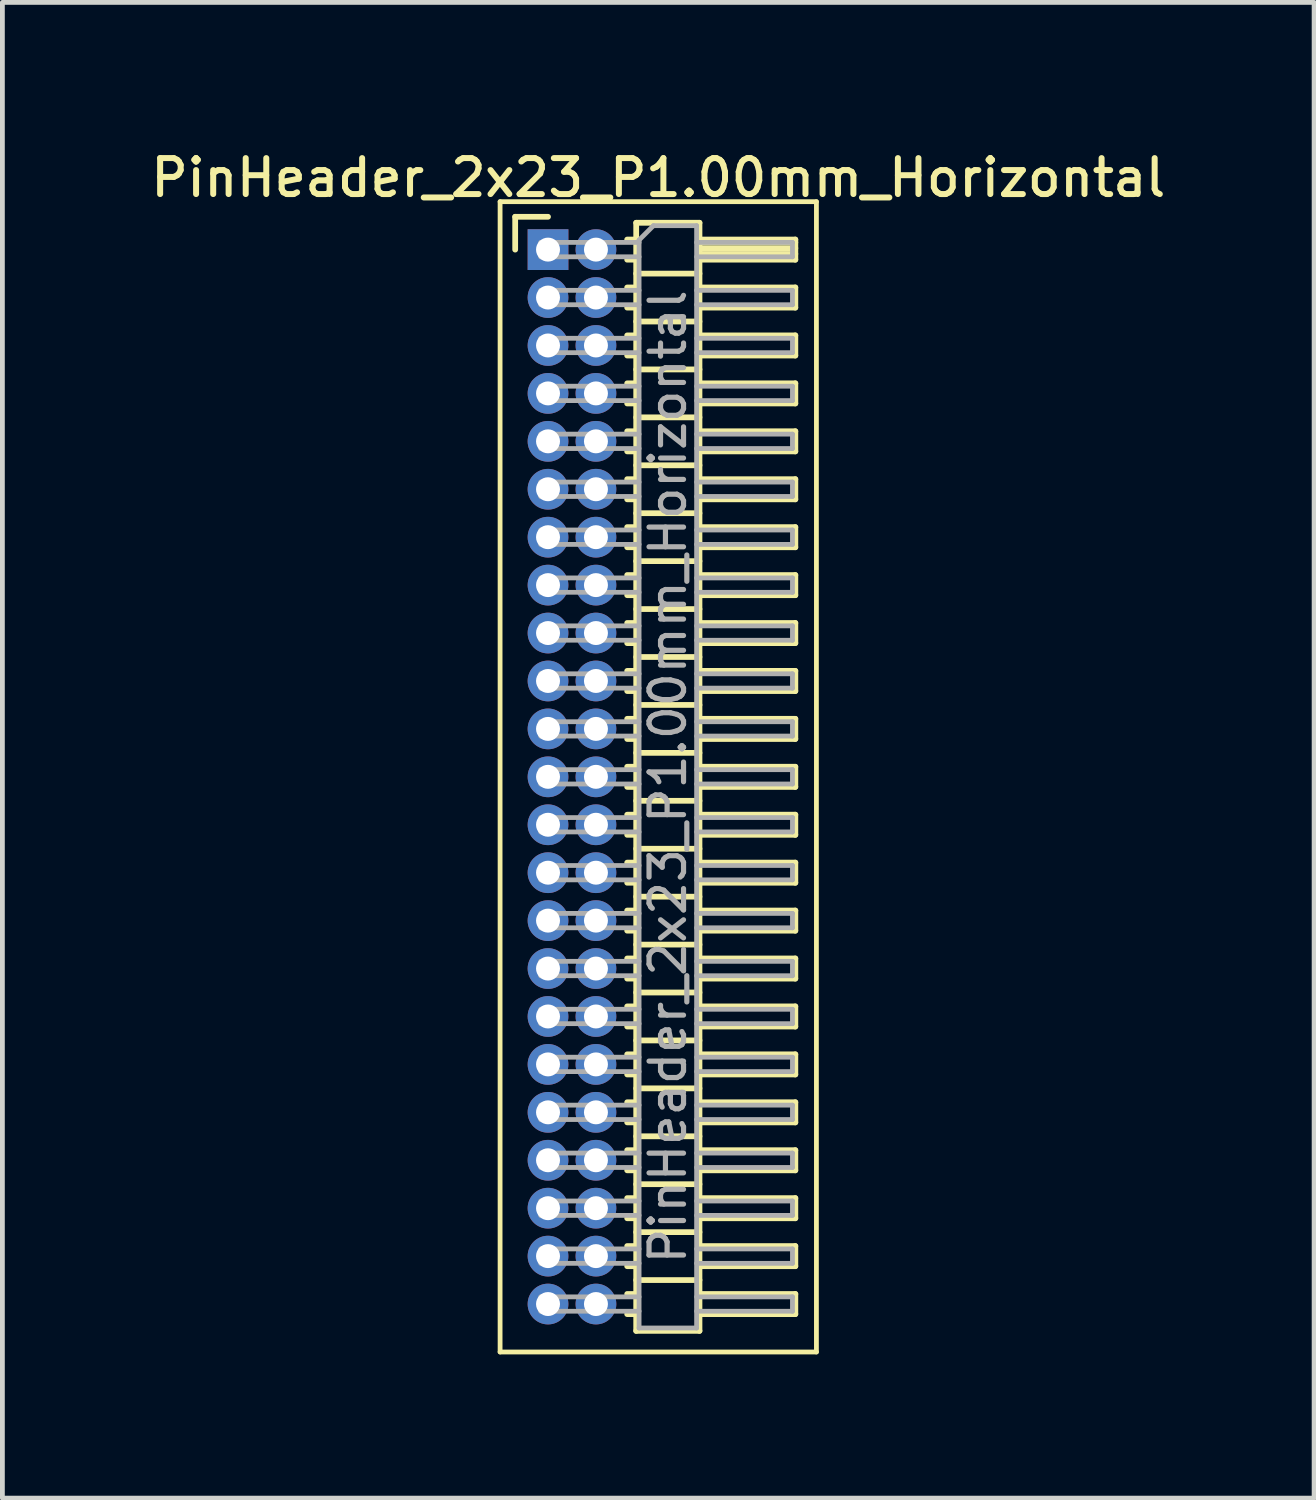
<source format=kicad_pcb>
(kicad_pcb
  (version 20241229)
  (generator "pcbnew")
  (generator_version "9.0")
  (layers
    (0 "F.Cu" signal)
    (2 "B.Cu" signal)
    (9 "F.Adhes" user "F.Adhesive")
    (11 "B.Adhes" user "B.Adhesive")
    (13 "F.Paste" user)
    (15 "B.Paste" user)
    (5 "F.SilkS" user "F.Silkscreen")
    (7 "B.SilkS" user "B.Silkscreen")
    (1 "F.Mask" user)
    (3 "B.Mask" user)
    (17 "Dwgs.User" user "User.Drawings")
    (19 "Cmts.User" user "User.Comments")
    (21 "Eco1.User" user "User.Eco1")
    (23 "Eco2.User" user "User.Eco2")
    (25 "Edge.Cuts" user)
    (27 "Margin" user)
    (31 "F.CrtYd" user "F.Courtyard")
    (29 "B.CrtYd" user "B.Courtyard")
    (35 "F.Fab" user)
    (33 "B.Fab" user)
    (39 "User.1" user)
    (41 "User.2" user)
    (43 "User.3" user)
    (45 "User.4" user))
  (footprint "PinHeader_2x23_P1.00mm_Horizontal"
    (layer "F.Cu")
    (at 8.384 2.158)
    (property "Reference" "PinHeader_2x23_P1.00mm_Horizontal" (at 2.3 -1.5 0) (layer "F.SilkS") (effects (font (size 0.75 0.75) (thickness 0.125))))
    (attr through_hole)
    (fp_line (start -1 -1) (end -1 23) (stroke (width 0.1) (type solid)) (layer "F.SilkS"))
    (fp_line (start -1 23) (end 5.6 23) (stroke (width 0.1) (type solid)) (layer "F.SilkS"))
    (fp_line (start -0.685 -0.685) (end 0 -0.685) (stroke (width 0.12) (type solid)) (layer "F.SilkS"))
    (fp_line (start -0.685 0) (end -0.685 -0.685) (stroke (width 0.12) (type solid)) (layer "F.SilkS"))
    (fp_line (start 1.652 -0.21) (end 1.84 -0.21) (stroke (width 0.12) (type solid)) (layer "F.SilkS"))
    (fp_line (start 1.652 0.21) (end 1.84 0.21) (stroke (width 0.12) (type solid)) (layer "F.SilkS"))
    (fp_line (start 1.652 0.79) (end 1.84 0.79) (stroke (width 0.12) (type solid)) (layer "F.SilkS"))
    (fp_line (start 1.652 1.21) (end 1.84 1.21) (stroke (width 0.12) (type solid)) (layer "F.SilkS"))
    (fp_line (start 1.652 1.79) (end 1.84 1.79) (stroke (width 0.12) (type solid)) (layer "F.SilkS"))
    (fp_line (start 1.652 2.21) (end 1.84 2.21) (stroke (width 0.12) (type solid)) (layer "F.SilkS"))
    (fp_line (start 1.652 2.79) (end 1.84 2.79) (stroke (width 0.12) (type solid)) (layer "F.SilkS"))
    (fp_line (start 1.652 3.21) (end 1.84 3.21) (stroke (width 0.12) (type solid)) (layer "F.SilkS"))
    (fp_line (start 1.652 3.79) (end 1.84 3.79) (stroke (width 0.12) (type solid)) (layer "F.SilkS"))
    (fp_line (start 1.652 4.21) (end 1.84 4.21) (stroke (width 0.12) (type solid)) (layer "F.SilkS"))
    (fp_line (start 1.652 4.79) (end 1.84 4.79) (stroke (width 0.12) (type solid)) (layer "F.SilkS"))
    (fp_line (start 1.652 5.21) (end 1.84 5.21) (stroke (width 0.12) (type solid)) (layer "F.SilkS"))
    (fp_line (start 1.652 5.79) (end 1.84 5.79) (stroke (width 0.12) (type solid)) (layer "F.SilkS"))
    (fp_line (start 1.652 6.21) (end 1.84 6.21) (stroke (width 0.12) (type solid)) (layer "F.SilkS"))
    (fp_line (start 1.652 6.79) (end 1.84 6.79) (stroke (width 0.12) (type solid)) (layer "F.SilkS"))
    (fp_line (start 1.652 7.21) (end 1.84 7.21) (stroke (width 0.12) (type solid)) (layer "F.SilkS"))
    (fp_line (start 1.652 7.79) (end 1.84 7.79) (stroke (width 0.12) (type solid)) (layer "F.SilkS"))
    (fp_line (start 1.652 8.21) (end 1.84 8.21) (stroke (width 0.12) (type solid)) (layer "F.SilkS"))
    (fp_line (start 1.652 8.79) (end 1.84 8.79) (stroke (width 0.12) (type solid)) (layer "F.SilkS"))
    (fp_line (start 1.652 9.21) (end 1.84 9.21) (stroke (width 0.12) (type solid)) (layer "F.SilkS"))
    (fp_line (start 1.652 9.79) (end 1.84 9.79) (stroke (width 0.12) (type solid)) (layer "F.SilkS"))
    (fp_line (start 1.652 10.21) (end 1.84 10.21) (stroke (width 0.12) (type solid)) (layer "F.SilkS"))
    (fp_line (start 1.652 10.79) (end 1.84 10.79) (stroke (width 0.12) (type solid)) (layer "F.SilkS"))
    (fp_line (start 1.652 11.21) (end 1.84 11.21) (stroke (width 0.12) (type solid)) (layer "F.SilkS"))
    (fp_line (start 1.652 11.79) (end 1.84 11.79) (stroke (width 0.12) (type solid)) (layer "F.SilkS"))
    (fp_line (start 1.652 12.21) (end 1.84 12.21) (stroke (width 0.12) (type solid)) (layer "F.SilkS"))
    (fp_line (start 1.652 12.79) (end 1.84 12.79) (stroke (width 0.12) (type solid)) (layer "F.SilkS"))
    (fp_line (start 1.652 13.21) (end 1.84 13.21) (stroke (width 0.12) (type solid)) (layer "F.SilkS"))
    (fp_line (start 1.652 13.79) (end 1.84 13.79) (stroke (width 0.12) (type solid)) (layer "F.SilkS"))
    (fp_line (start 1.652 14.21) (end 1.84 14.21) (stroke (width 0.12) (type solid)) (layer "F.SilkS"))
    (fp_line (start 1.652 14.79) (end 1.84 14.79) (stroke (width 0.12) (type solid)) (layer "F.SilkS"))
    (fp_line (start 1.652 15.21) (end 1.84 15.21) (stroke (width 0.12) (type solid)) (layer "F.SilkS"))
    (fp_line (start 1.652 15.79) (end 1.84 15.79) (stroke (width 0.12) (type solid)) (layer "F.SilkS"))
    (fp_line (start 1.652 16.21) (end 1.84 16.21) (stroke (width 0.12) (type solid)) (layer "F.SilkS"))
    (fp_line (start 1.652 16.79) (end 1.84 16.79) (stroke (width 0.12) (type solid)) (layer "F.SilkS"))
    (fp_line (start 1.652 17.21) (end 1.84 17.21) (stroke (width 0.12) (type solid)) (layer "F.SilkS"))
    (fp_line (start 1.652 17.79) (end 1.84 17.79) (stroke (width 0.12) (type solid)) (layer "F.SilkS"))
    (fp_line (start 1.652 18.21) (end 1.84 18.21) (stroke (width 0.12) (type solid)) (layer "F.SilkS"))
    (fp_line (start 1.652 18.79) (end 1.84 18.79) (stroke (width 0.12) (type solid)) (layer "F.SilkS"))
    (fp_line (start 1.652 19.21) (end 1.84 19.21) (stroke (width 0.12) (type solid)) (layer "F.SilkS"))
    (fp_line (start 1.652 19.79) (end 1.84 19.79) (stroke (width 0.12) (type solid)) (layer "F.SilkS"))
    (fp_line (start 1.652 20.21) (end 1.84 20.21) (stroke (width 0.12) (type solid)) (layer "F.SilkS"))
    (fp_line (start 1.652 20.79) (end 1.84 20.79) (stroke (width 0.12) (type solid)) (layer "F.SilkS"))
    (fp_line (start 1.652 21.21) (end 1.84 21.21) (stroke (width 0.12) (type solid)) (layer "F.SilkS"))
    (fp_line (start 1.652 21.79) (end 1.84 21.79) (stroke (width 0.12) (type solid)) (layer "F.SilkS"))
    (fp_line (start 1.652 22.21) (end 1.84 22.21) (stroke (width 0.12) (type solid)) (layer "F.SilkS"))
    (fp_line (start 1.84 -0.56) (end 1.84 22.56) (stroke (width 0.12) (type solid)) (layer "F.SilkS"))
    (fp_line (start 1.84 0.5) (end 3.16 0.5) (stroke (width 0.12) (type solid)) (layer "F.SilkS"))
    (fp_line (start 1.84 1.5) (end 3.16 1.5) (stroke (width 0.12) (type solid)) (layer "F.SilkS"))
    (fp_line (start 1.84 2.5) (end 3.16 2.5) (stroke (width 0.12) (type solid)) (layer "F.SilkS"))
    (fp_line (start 1.84 3.5) (end 3.16 3.5) (stroke (width 0.12) (type solid)) (layer "F.SilkS"))
    (fp_line (start 1.84 4.5) (end 3.16 4.5) (stroke (width 0.12) (type solid)) (layer "F.SilkS"))
    (fp_line (start 1.84 5.5) (end 3.16 5.5) (stroke (width 0.12) (type solid)) (layer "F.SilkS"))
    (fp_line (start 1.84 6.5) (end 3.16 6.5) (stroke (width 0.12) (type solid)) (layer "F.SilkS"))
    (fp_line (start 1.84 7.5) (end 3.16 7.5) (stroke (width 0.12) (type solid)) (layer "F.SilkS"))
    (fp_line (start 1.84 8.5) (end 3.16 8.5) (stroke (width 0.12) (type solid)) (layer "F.SilkS"))
    (fp_line (start 1.84 9.5) (end 3.16 9.5) (stroke (width 0.12) (type solid)) (layer "F.SilkS"))
    (fp_line (start 1.84 10.5) (end 3.16 10.5) (stroke (width 0.12) (type solid)) (layer "F.SilkS"))
    (fp_line (start 1.84 11.5) (end 3.16 11.5) (stroke (width 0.12) (type solid)) (layer "F.SilkS"))
    (fp_line (start 1.84 12.5) (end 3.16 12.5) (stroke (width 0.12) (type solid)) (layer "F.SilkS"))
    (fp_line (start 1.84 13.5) (end 3.16 13.5) (stroke (width 0.12) (type solid)) (layer "F.SilkS"))
    (fp_line (start 1.84 14.5) (end 3.16 14.5) (stroke (width 0.12) (type solid)) (layer "F.SilkS"))
    (fp_line (start 1.84 15.5) (end 3.16 15.5) (stroke (width 0.12) (type solid)) (layer "F.SilkS"))
    (fp_line (start 1.84 16.5) (end 3.16 16.5) (stroke (width 0.12) (type solid)) (layer "F.SilkS"))
    (fp_line (start 1.84 17.5) (end 3.16 17.5) (stroke (width 0.12) (type solid)) (layer "F.SilkS"))
    (fp_line (start 1.84 18.5) (end 3.16 18.5) (stroke (width 0.12) (type solid)) (layer "F.SilkS"))
    (fp_line (start 1.84 19.5) (end 3.16 19.5) (stroke (width 0.12) (type solid)) (layer "F.SilkS"))
    (fp_line (start 1.84 20.5) (end 3.16 20.5) (stroke (width 0.12) (type solid)) (layer "F.SilkS"))
    (fp_line (start 1.84 21.5) (end 3.16 21.5) (stroke (width 0.12) (type solid)) (layer "F.SilkS"))
    (fp_line (start 1.84 22.56) (end 3.16 22.56) (stroke (width 0.12) (type solid)) (layer "F.SilkS"))
    (fp_line (start 3.16 -0.56) (end 1.84 -0.56) (stroke (width 0.12) (type solid)) (layer "F.SilkS"))
    (fp_line (start 3.16 -0.21) (end 5.16 -0.21) (stroke (width 0.12) (type solid)) (layer "F.SilkS"))
    (fp_line (start 3.16 -0.15) (end 5.16 -0.15) (stroke (width 0.12) (type solid)) (layer "F.SilkS"))
    (fp_line (start 3.16 -0.03) (end 5.16 -0.03) (stroke (width 0.12) (type solid)) (layer "F.SilkS"))
    (fp_line (start 3.16 0.09) (end 5.16 0.09) (stroke (width 0.12) (type solid)) (layer "F.SilkS"))
    (fp_line (start 3.16 0.79) (end 5.16 0.79) (stroke (width 0.12) (type solid)) (layer "F.SilkS"))
    (fp_line (start 3.16 1.79) (end 5.16 1.79) (stroke (width 0.12) (type solid)) (layer "F.SilkS"))
    (fp_line (start 3.16 2.79) (end 5.16 2.79) (stroke (width 0.12) (type solid)) (layer "F.SilkS"))
    (fp_line (start 3.16 3.79) (end 5.16 3.79) (stroke (width 0.12) (type solid)) (layer "F.SilkS"))
    (fp_line (start 3.16 4.79) (end 5.16 4.79) (stroke (width 0.12) (type solid)) (layer "F.SilkS"))
    (fp_line (start 3.16 5.79) (end 5.16 5.79) (stroke (width 0.12) (type solid)) (layer "F.SilkS"))
    (fp_line (start 3.16 6.79) (end 5.16 6.79) (stroke (width 0.12) (type solid)) (layer "F.SilkS"))
    (fp_line (start 3.16 7.79) (end 5.16 7.79) (stroke (width 0.12) (type solid)) (layer "F.SilkS"))
    (fp_line (start 3.16 8.79) (end 5.16 8.79) (stroke (width 0.12) (type solid)) (layer "F.SilkS"))
    (fp_line (start 3.16 9.79) (end 5.16 9.79) (stroke (width 0.12) (type solid)) (layer "F.SilkS"))
    (fp_line (start 3.16 10.79) (end 5.16 10.79) (stroke (width 0.12) (type solid)) (layer "F.SilkS"))
    (fp_line (start 3.16 11.79) (end 5.16 11.79) (stroke (width 0.12) (type solid)) (layer "F.SilkS"))
    (fp_line (start 3.16 12.79) (end 5.16 12.79) (stroke (width 0.12) (type solid)) (layer "F.SilkS"))
    (fp_line (start 3.16 13.79) (end 5.16 13.79) (stroke (width 0.12) (type solid)) (layer "F.SilkS"))
    (fp_line (start 3.16 14.79) (end 5.16 14.79) (stroke (width 0.12) (type solid)) (layer "F.SilkS"))
    (fp_line (start 3.16 15.79) (end 5.16 15.79) (stroke (width 0.12) (type solid)) (layer "F.SilkS"))
    (fp_line (start 3.16 16.79) (end 5.16 16.79) (stroke (width 0.12) (type solid)) (layer "F.SilkS"))
    (fp_line (start 3.16 17.79) (end 5.16 17.79) (stroke (width 0.12) (type solid)) (layer "F.SilkS"))
    (fp_line (start 3.16 18.79) (end 5.16 18.79) (stroke (width 0.12) (type solid)) (layer "F.SilkS"))
    (fp_line (start 3.16 19.79) (end 5.16 19.79) (stroke (width 0.12) (type solid)) (layer "F.SilkS"))
    (fp_line (start 3.16 20.79) (end 5.16 20.79) (stroke (width 0.12) (type solid)) (layer "F.SilkS"))
    (fp_line (start 3.16 21.79) (end 5.16 21.79) (stroke (width 0.12) (type solid)) (layer "F.SilkS"))
    (fp_line (start 3.16 22.56) (end 3.16 -0.56) (stroke (width 0.12) (type solid)) (layer "F.SilkS"))
    (fp_line (start 5.16 -0.21) (end 5.16 0.21) (stroke (width 0.12) (type solid)) (layer "F.SilkS"))
    (fp_line (start 5.16 0.21) (end 3.16 0.21) (stroke (width 0.12) (type solid)) (layer "F.SilkS"))
    (fp_line (start 5.16 0.79) (end 5.16 1.21) (stroke (width 0.12) (type solid)) (layer "F.SilkS"))
    (fp_line (start 5.16 1.21) (end 3.16 1.21) (stroke (width 0.12) (type solid)) (layer "F.SilkS"))
    (fp_line (start 5.16 1.79) (end 5.16 2.21) (stroke (width 0.12) (type solid)) (layer "F.SilkS"))
    (fp_line (start 5.16 2.21) (end 3.16 2.21) (stroke (width 0.12) (type solid)) (layer "F.SilkS"))
    (fp_line (start 5.16 2.79) (end 5.16 3.21) (stroke (width 0.12) (type solid)) (layer "F.SilkS"))
    (fp_line (start 5.16 3.21) (end 3.16 3.21) (stroke (width 0.12) (type solid)) (layer "F.SilkS"))
    (fp_line (start 5.16 3.79) (end 5.16 4.21) (stroke (width 0.12) (type solid)) (layer "F.SilkS"))
    (fp_line (start 5.16 4.21) (end 3.16 4.21) (stroke (width 0.12) (type solid)) (layer "F.SilkS"))
    (fp_line (start 5.16 4.79) (end 5.16 5.21) (stroke (width 0.12) (type solid)) (layer "F.SilkS"))
    (fp_line (start 5.16 5.21) (end 3.16 5.21) (stroke (width 0.12) (type solid)) (layer "F.SilkS"))
    (fp_line (start 5.16 5.79) (end 5.16 6.21) (stroke (width 0.12) (type solid)) (layer "F.SilkS"))
    (fp_line (start 5.16 6.21) (end 3.16 6.21) (stroke (width 0.12) (type solid)) (layer "F.SilkS"))
    (fp_line (start 5.16 6.79) (end 5.16 7.21) (stroke (width 0.12) (type solid)) (layer "F.SilkS"))
    (fp_line (start 5.16 7.21) (end 3.16 7.21) (stroke (width 0.12) (type solid)) (layer "F.SilkS"))
    (fp_line (start 5.16 7.79) (end 5.16 8.21) (stroke (width 0.12) (type solid)) (layer "F.SilkS"))
    (fp_line (start 5.16 8.21) (end 3.16 8.21) (stroke (width 0.12) (type solid)) (layer "F.SilkS"))
    (fp_line (start 5.16 8.79) (end 5.16 9.21) (stroke (width 0.12) (type solid)) (layer "F.SilkS"))
    (fp_line (start 5.16 9.21) (end 3.16 9.21) (stroke (width 0.12) (type solid)) (layer "F.SilkS"))
    (fp_line (start 5.16 9.79) (end 5.16 10.21) (stroke (width 0.12) (type solid)) (layer "F.SilkS"))
    (fp_line (start 5.16 10.21) (end 3.16 10.21) (stroke (width 0.12) (type solid)) (layer "F.SilkS"))
    (fp_line (start 5.16 10.79) (end 5.16 11.21) (stroke (width 0.12) (type solid)) (layer "F.SilkS"))
    (fp_line (start 5.16 11.21) (end 3.16 11.21) (stroke (width 0.12) (type solid)) (layer "F.SilkS"))
    (fp_line (start 5.16 11.79) (end 5.16 12.21) (stroke (width 0.12) (type solid)) (layer "F.SilkS"))
    (fp_line (start 5.16 12.21) (end 3.16 12.21) (stroke (width 0.12) (type solid)) (layer "F.SilkS"))
    (fp_line (start 5.16 12.79) (end 5.16 13.21) (stroke (width 0.12) (type solid)) (layer "F.SilkS"))
    (fp_line (start 5.16 13.21) (end 3.16 13.21) (stroke (width 0.12) (type solid)) (layer "F.SilkS"))
    (fp_line (start 5.16 13.79) (end 5.16 14.21) (stroke (width 0.12) (type solid)) (layer "F.SilkS"))
    (fp_line (start 5.16 14.21) (end 3.16 14.21) (stroke (width 0.12) (type solid)) (layer "F.SilkS"))
    (fp_line (start 5.16 14.79) (end 5.16 15.21) (stroke (width 0.12) (type solid)) (layer "F.SilkS"))
    (fp_line (start 5.16 15.21) (end 3.16 15.21) (stroke (width 0.12) (type solid)) (layer "F.SilkS"))
    (fp_line (start 5.16 15.79) (end 5.16 16.21) (stroke (width 0.12) (type solid)) (layer "F.SilkS"))
    (fp_line (start 5.16 16.21) (end 3.16 16.21) (stroke (width 0.12) (type solid)) (layer "F.SilkS"))
    (fp_line (start 5.16 16.79) (end 5.16 17.21) (stroke (width 0.12) (type solid)) (layer "F.SilkS"))
    (fp_line (start 5.16 17.21) (end 3.16 17.21) (stroke (width 0.12) (type solid)) (layer "F.SilkS"))
    (fp_line (start 5.16 17.79) (end 5.16 18.21) (stroke (width 0.12) (type solid)) (layer "F.SilkS"))
    (fp_line (start 5.16 18.21) (end 3.16 18.21) (stroke (width 0.12) (type solid)) (layer "F.SilkS"))
    (fp_line (start 5.16 18.79) (end 5.16 19.21) (stroke (width 0.12) (type solid)) (layer "F.SilkS"))
    (fp_line (start 5.16 19.21) (end 3.16 19.21) (stroke (width 0.12) (type solid)) (layer "F.SilkS"))
    (fp_line (start 5.16 19.79) (end 5.16 20.21) (stroke (width 0.12) (type solid)) (layer "F.SilkS"))
    (fp_line (start 5.16 20.21) (end 3.16 20.21) (stroke (width 0.12) (type solid)) (layer "F.SilkS"))
    (fp_line (start 5.16 20.79) (end 5.16 21.21) (stroke (width 0.12) (type solid)) (layer "F.SilkS"))
    (fp_line (start 5.16 21.21) (end 3.16 21.21) (stroke (width 0.12) (type solid)) (layer "F.SilkS"))
    (fp_line (start 5.16 21.79) (end 5.16 22.21) (stroke (width 0.12) (type solid)) (layer "F.SilkS"))
    (fp_line (start 5.16 22.21) (end 3.16 22.21) (stroke (width 0.12) (type solid)) (layer "F.SilkS"))
    (fp_line (start 5.6 -1) (end -1 -1) (stroke (width 0.1) (type solid)) (layer "F.SilkS"))
    (fp_line (start 5.6 23) (end 5.6 -1) (stroke (width 0.1) (type solid)) (layer "F.SilkS"))
    (fp_line (start -0.15 -0.15) (end -0.15 0.15) (stroke (width 0.1) (type solid)) (layer "F.Fab"))
    (fp_line (start -0.15 -0.15) (end 1.9 -0.15) (stroke (width 0.1) (type solid)) (layer "F.Fab"))
    (fp_line (start -0.15 0.15) (end 1.9 0.15) (stroke (width 0.1) (type solid)) (layer "F.Fab"))
    (fp_line (start -0.15 0.85) (end -0.15 1.15) (stroke (width 0.1) (type solid)) (layer "F.Fab"))
    (fp_line (start -0.15 0.85) (end 1.9 0.85) (stroke (width 0.1) (type solid)) (layer "F.Fab"))
    (fp_line (start -0.15 1.15) (end 1.9 1.15) (stroke (width 0.1) (type solid)) (layer "F.Fab"))
    (fp_line (start -0.15 1.85) (end -0.15 2.15) (stroke (width 0.1) (type solid)) (layer "F.Fab"))
    (fp_line (start -0.15 1.85) (end 1.9 1.85) (stroke (width 0.1) (type solid)) (layer "F.Fab"))
    (fp_line (start -0.15 2.15) (end 1.9 2.15) (stroke (width 0.1) (type solid)) (layer "F.Fab"))
    (fp_line (start -0.15 2.85) (end -0.15 3.15) (stroke (width 0.1) (type solid)) (layer "F.Fab"))
    (fp_line (start -0.15 2.85) (end 1.9 2.85) (stroke (width 0.1) (type solid)) (layer "F.Fab"))
    (fp_line (start -0.15 3.15) (end 1.9 3.15) (stroke (width 0.1) (type solid)) (layer "F.Fab"))
    (fp_line (start -0.15 3.85) (end -0.15 4.15) (stroke (width 0.1) (type solid)) (layer "F.Fab"))
    (fp_line (start -0.15 3.85) (end 1.9 3.85) (stroke (width 0.1) (type solid)) (layer "F.Fab"))
    (fp_line (start -0.15 4.15) (end 1.9 4.15) (stroke (width 0.1) (type solid)) (layer "F.Fab"))
    (fp_line (start -0.15 4.85) (end -0.15 5.15) (stroke (width 0.1) (type solid)) (layer "F.Fab"))
    (fp_line (start -0.15 4.85) (end 1.9 4.85) (stroke (width 0.1) (type solid)) (layer "F.Fab"))
    (fp_line (start -0.15 5.15) (end 1.9 5.15) (stroke (width 0.1) (type solid)) (layer "F.Fab"))
    (fp_line (start -0.15 5.85) (end -0.15 6.15) (stroke (width 0.1) (type solid)) (layer "F.Fab"))
    (fp_line (start -0.15 5.85) (end 1.9 5.85) (stroke (width 0.1) (type solid)) (layer "F.Fab"))
    (fp_line (start -0.15 6.15) (end 1.9 6.15) (stroke (width 0.1) (type solid)) (layer "F.Fab"))
    (fp_line (start -0.15 6.85) (end -0.15 7.15) (stroke (width 0.1) (type solid)) (layer "F.Fab"))
    (fp_line (start -0.15 6.85) (end 1.9 6.85) (stroke (width 0.1) (type solid)) (layer "F.Fab"))
    (fp_line (start -0.15 7.15) (end 1.9 7.15) (stroke (width 0.1) (type solid)) (layer "F.Fab"))
    (fp_line (start -0.15 7.85) (end -0.15 8.15) (stroke (width 0.1) (type solid)) (layer "F.Fab"))
    (fp_line (start -0.15 7.85) (end 1.9 7.85) (stroke (width 0.1) (type solid)) (layer "F.Fab"))
    (fp_line (start -0.15 8.15) (end 1.9 8.15) (stroke (width 0.1) (type solid)) (layer "F.Fab"))
    (fp_line (start -0.15 8.85) (end -0.15 9.15) (stroke (width 0.1) (type solid)) (layer "F.Fab"))
    (fp_line (start -0.15 8.85) (end 1.9 8.85) (stroke (width 0.1) (type solid)) (layer "F.Fab"))
    (fp_line (start -0.15 9.15) (end 1.9 9.15) (stroke (width 0.1) (type solid)) (layer "F.Fab"))
    (fp_line (start -0.15 9.85) (end -0.15 10.15) (stroke (width 0.1) (type solid)) (layer "F.Fab"))
    (fp_line (start -0.15 9.85) (end 1.9 9.85) (stroke (width 0.1) (type solid)) (layer "F.Fab"))
    (fp_line (start -0.15 10.15) (end 1.9 10.15) (stroke (width 0.1) (type solid)) (layer "F.Fab"))
    (fp_line (start -0.15 10.85) (end -0.15 11.15) (stroke (width 0.1) (type solid)) (layer "F.Fab"))
    (fp_line (start -0.15 10.85) (end 1.9 10.85) (stroke (width 0.1) (type solid)) (layer "F.Fab"))
    (fp_line (start -0.15 11.15) (end 1.9 11.15) (stroke (width 0.1) (type solid)) (layer "F.Fab"))
    (fp_line (start -0.15 11.85) (end -0.15 12.15) (stroke (width 0.1) (type solid)) (layer "F.Fab"))
    (fp_line (start -0.15 11.85) (end 1.9 11.85) (stroke (width 0.1) (type solid)) (layer "F.Fab"))
    (fp_line (start -0.15 12.15) (end 1.9 12.15) (stroke (width 0.1) (type solid)) (layer "F.Fab"))
    (fp_line (start -0.15 12.85) (end -0.15 13.15) (stroke (width 0.1) (type solid)) (layer "F.Fab"))
    (fp_line (start -0.15 12.85) (end 1.9 12.85) (stroke (width 0.1) (type solid)) (layer "F.Fab"))
    (fp_line (start -0.15 13.15) (end 1.9 13.15) (stroke (width 0.1) (type solid)) (layer "F.Fab"))
    (fp_line (start -0.15 13.85) (end -0.15 14.15) (stroke (width 0.1) (type solid)) (layer "F.Fab"))
    (fp_line (start -0.15 13.85) (end 1.9 13.85) (stroke (width 0.1) (type solid)) (layer "F.Fab"))
    (fp_line (start -0.15 14.15) (end 1.9 14.15) (stroke (width 0.1) (type solid)) (layer "F.Fab"))
    (fp_line (start -0.15 14.85) (end -0.15 15.15) (stroke (width 0.1) (type solid)) (layer "F.Fab"))
    (fp_line (start -0.15 14.85) (end 1.9 14.85) (stroke (width 0.1) (type solid)) (layer "F.Fab"))
    (fp_line (start -0.15 15.15) (end 1.9 15.15) (stroke (width 0.1) (type solid)) (layer "F.Fab"))
    (fp_line (start -0.15 15.85) (end -0.15 16.15) (stroke (width 0.1) (type solid)) (layer "F.Fab"))
    (fp_line (start -0.15 15.85) (end 1.9 15.85) (stroke (width 0.1) (type solid)) (layer "F.Fab"))
    (fp_line (start -0.15 16.15) (end 1.9 16.15) (stroke (width 0.1) (type solid)) (layer "F.Fab"))
    (fp_line (start -0.15 16.85) (end -0.15 17.15) (stroke (width 0.1) (type solid)) (layer "F.Fab"))
    (fp_line (start -0.15 16.85) (end 1.9 16.85) (stroke (width 0.1) (type solid)) (layer "F.Fab"))
    (fp_line (start -0.15 17.15) (end 1.9 17.15) (stroke (width 0.1) (type solid)) (layer "F.Fab"))
    (fp_line (start -0.15 17.85) (end -0.15 18.15) (stroke (width 0.1) (type solid)) (layer "F.Fab"))
    (fp_line (start -0.15 17.85) (end 1.9 17.85) (stroke (width 0.1) (type solid)) (layer "F.Fab"))
    (fp_line (start -0.15 18.15) (end 1.9 18.15) (stroke (width 0.1) (type solid)) (layer "F.Fab"))
    (fp_line (start -0.15 18.85) (end -0.15 19.15) (stroke (width 0.1) (type solid)) (layer "F.Fab"))
    (fp_line (start -0.15 18.85) (end 1.9 18.85) (stroke (width 0.1) (type solid)) (layer "F.Fab"))
    (fp_line (start -0.15 19.15) (end 1.9 19.15) (stroke (width 0.1) (type solid)) (layer "F.Fab"))
    (fp_line (start -0.15 19.85) (end -0.15 20.15) (stroke (width 0.1) (type solid)) (layer "F.Fab"))
    (fp_line (start -0.15 19.85) (end 1.9 19.85) (stroke (width 0.1) (type solid)) (layer "F.Fab"))
    (fp_line (start -0.15 20.15) (end 1.9 20.15) (stroke (width 0.1) (type solid)) (layer "F.Fab"))
    (fp_line (start -0.15 20.85) (end -0.15 21.15) (stroke (width 0.1) (type solid)) (layer "F.Fab"))
    (fp_line (start -0.15 20.85) (end 1.9 20.85) (stroke (width 0.1) (type solid)) (layer "F.Fab"))
    (fp_line (start -0.15 21.15) (end 1.9 21.15) (stroke (width 0.1) (type solid)) (layer "F.Fab"))
    (fp_line (start -0.15 21.85) (end -0.15 22.15) (stroke (width 0.1) (type solid)) (layer "F.Fab"))
    (fp_line (start -0.15 21.85) (end 1.9 21.85) (stroke (width 0.1) (type solid)) (layer "F.Fab"))
    (fp_line (start -0.15 22.15) (end 1.9 22.15) (stroke (width 0.1) (type solid)) (layer "F.Fab"))
    (fp_line (start 1.9 -0.2) (end 2.2 -0.5) (stroke (width 0.1) (type solid)) (layer "F.Fab"))
    (fp_line (start 1.9 22.5) (end 1.9 -0.2) (stroke (width 0.1) (type solid)) (layer "F.Fab"))
    (fp_line (start 2.2 -0.5) (end 3.1 -0.5) (stroke (width 0.1) (type solid)) (layer "F.Fab"))
    (fp_line (start 3.1 -0.5) (end 3.1 22.5) (stroke (width 0.1) (type solid)) (layer "F.Fab"))
    (fp_line (start 3.1 -0.15) (end 5.1 -0.15) (stroke (width 0.1) (type solid)) (layer "F.Fab"))
    (fp_line (start 3.1 0.15) (end 5.1 0.15) (stroke (width 0.1) (type solid)) (layer "F.Fab"))
    (fp_line (start 3.1 0.85) (end 5.1 0.85) (stroke (width 0.1) (type solid)) (layer "F.Fab"))
    (fp_line (start 3.1 1.15) (end 5.1 1.15) (stroke (width 0.1) (type solid)) (layer "F.Fab"))
    (fp_line (start 3.1 1.85) (end 5.1 1.85) (stroke (width 0.1) (type solid)) (layer "F.Fab"))
    (fp_line (start 3.1 2.15) (end 5.1 2.15) (stroke (width 0.1) (type solid)) (layer "F.Fab"))
    (fp_line (start 3.1 2.85) (end 5.1 2.85) (stroke (width 0.1) (type solid)) (layer "F.Fab"))
    (fp_line (start 3.1 3.15) (end 5.1 3.15) (stroke (width 0.1) (type solid)) (layer "F.Fab"))
    (fp_line (start 3.1 3.85) (end 5.1 3.85) (stroke (width 0.1) (type solid)) (layer "F.Fab"))
    (fp_line (start 3.1 4.15) (end 5.1 4.15) (stroke (width 0.1) (type solid)) (layer "F.Fab"))
    (fp_line (start 3.1 4.85) (end 5.1 4.85) (stroke (width 0.1) (type solid)) (layer "F.Fab"))
    (fp_line (start 3.1 5.15) (end 5.1 5.15) (stroke (width 0.1) (type solid)) (layer "F.Fab"))
    (fp_line (start 3.1 5.85) (end 5.1 5.85) (stroke (width 0.1) (type solid)) (layer "F.Fab"))
    (fp_line (start 3.1 6.15) (end 5.1 6.15) (stroke (width 0.1) (type solid)) (layer "F.Fab"))
    (fp_line (start 3.1 6.85) (end 5.1 6.85) (stroke (width 0.1) (type solid)) (layer "F.Fab"))
    (fp_line (start 3.1 7.15) (end 5.1 7.15) (stroke (width 0.1) (type solid)) (layer "F.Fab"))
    (fp_line (start 3.1 7.85) (end 5.1 7.85) (stroke (width 0.1) (type solid)) (layer "F.Fab"))
    (fp_line (start 3.1 8.15) (end 5.1 8.15) (stroke (width 0.1) (type solid)) (layer "F.Fab"))
    (fp_line (start 3.1 8.85) (end 5.1 8.85) (stroke (width 0.1) (type solid)) (layer "F.Fab"))
    (fp_line (start 3.1 9.15) (end 5.1 9.15) (stroke (width 0.1) (type solid)) (layer "F.Fab"))
    (fp_line (start 3.1 9.85) (end 5.1 9.85) (stroke (width 0.1) (type solid)) (layer "F.Fab"))
    (fp_line (start 3.1 10.15) (end 5.1 10.15) (stroke (width 0.1) (type solid)) (layer "F.Fab"))
    (fp_line (start 3.1 10.85) (end 5.1 10.85) (stroke (width 0.1) (type solid)) (layer "F.Fab"))
    (fp_line (start 3.1 11.15) (end 5.1 11.15) (stroke (width 0.1) (type solid)) (layer "F.Fab"))
    (fp_line (start 3.1 11.85) (end 5.1 11.85) (stroke (width 0.1) (type solid)) (layer "F.Fab"))
    (fp_line (start 3.1 12.15) (end 5.1 12.15) (stroke (width 0.1) (type solid)) (layer "F.Fab"))
    (fp_line (start 3.1 12.85) (end 5.1 12.85) (stroke (width 0.1) (type solid)) (layer "F.Fab"))
    (fp_line (start 3.1 13.15) (end 5.1 13.15) (stroke (width 0.1) (type solid)) (layer "F.Fab"))
    (fp_line (start 3.1 13.85) (end 5.1 13.85) (stroke (width 0.1) (type solid)) (layer "F.Fab"))
    (fp_line (start 3.1 14.15) (end 5.1 14.15) (stroke (width 0.1) (type solid)) (layer "F.Fab"))
    (fp_line (start 3.1 14.85) (end 5.1 14.85) (stroke (width 0.1) (type solid)) (layer "F.Fab"))
    (fp_line (start 3.1 15.15) (end 5.1 15.15) (stroke (width 0.1) (type solid)) (layer "F.Fab"))
    (fp_line (start 3.1 15.85) (end 5.1 15.85) (stroke (width 0.1) (type solid)) (layer "F.Fab"))
    (fp_line (start 3.1 16.15) (end 5.1 16.15) (stroke (width 0.1) (type solid)) (layer "F.Fab"))
    (fp_line (start 3.1 16.85) (end 5.1 16.85) (stroke (width 0.1) (type solid)) (layer "F.Fab"))
    (fp_line (start 3.1 17.15) (end 5.1 17.15) (stroke (width 0.1) (type solid)) (layer "F.Fab"))
    (fp_line (start 3.1 17.85) (end 5.1 17.85) (stroke (width 0.1) (type solid)) (layer "F.Fab"))
    (fp_line (start 3.1 18.15) (end 5.1 18.15) (stroke (width 0.1) (type solid)) (layer "F.Fab"))
    (fp_line (start 3.1 18.85) (end 5.1 18.85) (stroke (width 0.1) (type solid)) (layer "F.Fab"))
    (fp_line (start 3.1 19.15) (end 5.1 19.15) (stroke (width 0.1) (type solid)) (layer "F.Fab"))
    (fp_line (start 3.1 19.85) (end 5.1 19.85) (stroke (width 0.1) (type solid)) (layer "F.Fab"))
    (fp_line (start 3.1 20.15) (end 5.1 20.15) (stroke (width 0.1) (type solid)) (layer "F.Fab"))
    (fp_line (start 3.1 20.85) (end 5.1 20.85) (stroke (width 0.1) (type solid)) (layer "F.Fab"))
    (fp_line (start 3.1 21.15) (end 5.1 21.15) (stroke (width 0.1) (type solid)) (layer "F.Fab"))
    (fp_line (start 3.1 21.85) (end 5.1 21.85) (stroke (width 0.1) (type solid)) (layer "F.Fab"))
    (fp_line (start 3.1 22.15) (end 5.1 22.15) (stroke (width 0.1) (type solid)) (layer "F.Fab"))
    (fp_line (start 3.1 22.5) (end 1.9 22.5) (stroke (width 0.1) (type solid)) (layer "F.Fab"))
    (fp_line (start 5.1 -0.15) (end 5.1 0.15) (stroke (width 0.1) (type solid)) (layer "F.Fab"))
    (fp_line (start 5.1 0.85) (end 5.1 1.15) (stroke (width 0.1) (type solid)) (layer "F.Fab"))
    (fp_line (start 5.1 1.85) (end 5.1 2.15) (stroke (width 0.1) (type solid)) (layer "F.Fab"))
    (fp_line (start 5.1 2.85) (end 5.1 3.15) (stroke (width 0.1) (type solid)) (layer "F.Fab"))
    (fp_line (start 5.1 3.85) (end 5.1 4.15) (stroke (width 0.1) (type solid)) (layer "F.Fab"))
    (fp_line (start 5.1 4.85) (end 5.1 5.15) (stroke (width 0.1) (type solid)) (layer "F.Fab"))
    (fp_line (start 5.1 5.85) (end 5.1 6.15) (stroke (width 0.1) (type solid)) (layer "F.Fab"))
    (fp_line (start 5.1 6.85) (end 5.1 7.15) (stroke (width 0.1) (type solid)) (layer "F.Fab"))
    (fp_line (start 5.1 7.85) (end 5.1 8.15) (stroke (width 0.1) (type solid)) (layer "F.Fab"))
    (fp_line (start 5.1 8.85) (end 5.1 9.15) (stroke (width 0.1) (type solid)) (layer "F.Fab"))
    (fp_line (start 5.1 9.85) (end 5.1 10.15) (stroke (width 0.1) (type solid)) (layer "F.Fab"))
    (fp_line (start 5.1 10.85) (end 5.1 11.15) (stroke (width 0.1) (type solid)) (layer "F.Fab"))
    (fp_line (start 5.1 11.85) (end 5.1 12.15) (stroke (width 0.1) (type solid)) (layer "F.Fab"))
    (fp_line (start 5.1 12.85) (end 5.1 13.15) (stroke (width 0.1) (type solid)) (layer "F.Fab"))
    (fp_line (start 5.1 13.85) (end 5.1 14.15) (stroke (width 0.1) (type solid)) (layer "F.Fab"))
    (fp_line (start 5.1 14.85) (end 5.1 15.15) (stroke (width 0.1) (type solid)) (layer "F.Fab"))
    (fp_line (start 5.1 15.85) (end 5.1 16.15) (stroke (width 0.1) (type solid)) (layer "F.Fab"))
    (fp_line (start 5.1 16.85) (end 5.1 17.15) (stroke (width 0.1) (type solid)) (layer "F.Fab"))
    (fp_line (start 5.1 17.85) (end 5.1 18.15) (stroke (width 0.1) (type solid)) (layer "F.Fab"))
    (fp_line (start 5.1 18.85) (end 5.1 19.15) (stroke (width 0.1) (type solid)) (layer "F.Fab"))
    (fp_line (start 5.1 19.85) (end 5.1 20.15) (stroke (width 0.1) (type solid)) (layer "F.Fab"))
    (fp_line (start 5.1 20.85) (end 5.1 21.15) (stroke (width 0.1) (type solid)) (layer "F.Fab"))
    (fp_line (start 5.1 21.85) (end 5.1 22.15) (stroke (width 0.1) (type solid)) (layer "F.Fab"))
    (fp_text user "${REFERENCE}" (at 2.5 11 90) (layer "F.Fab") (effects (font (size 0.72 0.72) (thickness 0.108))))
    (pad "1" thru_hole rect (at 0 0) (size 0.85 0.85) (drill 0.5) (layers "*.Cu" "*.Mask"))
    (pad "2" thru_hole oval (at 1 0) (size 0.85 0.85) (drill 0.5) (layers "*.Cu" "*.Mask"))
    (pad "3" thru_hole oval (at 0 1) (size 0.85 0.85) (drill 0.5) (layers "*.Cu" "*.Mask"))
    (pad "4" thru_hole oval (at 1 1) (size 0.85 0.85) (drill 0.5) (layers "*.Cu" "*.Mask"))
    (pad "5" thru_hole oval (at 0 2) (size 0.85 0.85) (drill 0.5) (layers "*.Cu" "*.Mask"))
    (pad "6" thru_hole oval (at 1 2) (size 0.85 0.85) (drill 0.5) (layers "*.Cu" "*.Mask"))
    (pad "7" thru_hole oval (at 0 3) (size 0.85 0.85) (drill 0.5) (layers "*.Cu" "*.Mask"))
    (pad "8" thru_hole oval (at 1 3) (size 0.85 0.85) (drill 0.5) (layers "*.Cu" "*.Mask"))
    (pad "9" thru_hole oval (at 0 4) (size 0.85 0.85) (drill 0.5) (layers "*.Cu" "*.Mask"))
    (pad "10" thru_hole oval (at 1 4) (size 0.85 0.85) (drill 0.5) (layers "*.Cu" "*.Mask"))
    (pad "11" thru_hole oval (at 0 5) (size 0.85 0.85) (drill 0.5) (layers "*.Cu" "*.Mask"))
    (pad "12" thru_hole oval (at 1 5) (size 0.85 0.85) (drill 0.5) (layers "*.Cu" "*.Mask"))
    (pad "13" thru_hole oval (at 0 6) (size 0.85 0.85) (drill 0.5) (layers "*.Cu" "*.Mask"))
    (pad "14" thru_hole oval (at 1 6) (size 0.85 0.85) (drill 0.5) (layers "*.Cu" "*.Mask"))
    (pad "15" thru_hole oval (at 0 7) (size 0.85 0.85) (drill 0.5) (layers "*.Cu" "*.Mask"))
    (pad "16" thru_hole oval (at 1 7) (size 0.85 0.85) (drill 0.5) (layers "*.Cu" "*.Mask"))
    (pad "17" thru_hole oval (at 0 8) (size 0.85 0.85) (drill 0.5) (layers "*.Cu" "*.Mask"))
    (pad "18" thru_hole oval (at 1 8) (size 0.85 0.85) (drill 0.5) (layers "*.Cu" "*.Mask"))
    (pad "19" thru_hole oval (at 0 9) (size 0.85 0.85) (drill 0.5) (layers "*.Cu" "*.Mask"))
    (pad "20" thru_hole oval (at 1 9) (size 0.85 0.85) (drill 0.5) (layers "*.Cu" "*.Mask"))
    (pad "21" thru_hole oval (at 0 10) (size 0.85 0.85) (drill 0.5) (layers "*.Cu" "*.Mask"))
    (pad "22" thru_hole oval (at 1 10) (size 0.85 0.85) (drill 0.5) (layers "*.Cu" "*.Mask"))
    (pad "23" thru_hole oval (at 0 11) (size 0.85 0.85) (drill 0.5) (layers "*.Cu" "*.Mask"))
    (pad "24" thru_hole oval (at 1 11) (size 0.85 0.85) (drill 0.5) (layers "*.Cu" "*.Mask"))
    (pad "25" thru_hole oval (at 0 12) (size 0.85 0.85) (drill 0.5) (layers "*.Cu" "*.Mask"))
    (pad "26" thru_hole oval (at 1 12) (size 0.85 0.85) (drill 0.5) (layers "*.Cu" "*.Mask"))
    (pad "27" thru_hole oval (at 0 13) (size 0.85 0.85) (drill 0.5) (layers "*.Cu" "*.Mask"))
    (pad "28" thru_hole oval (at 1 13) (size 0.85 0.85) (drill 0.5) (layers "*.Cu" "*.Mask"))
    (pad "29" thru_hole oval (at 0 14) (size 0.85 0.85) (drill 0.5) (layers "*.Cu" "*.Mask"))
    (pad "30" thru_hole oval (at 1 14) (size 0.85 0.85) (drill 0.5) (layers "*.Cu" "*.Mask"))
    (pad "31" thru_hole oval (at 0 15) (size 0.85 0.85) (drill 0.5) (layers "*.Cu" "*.Mask"))
    (pad "32" thru_hole oval (at 1 15) (size 0.85 0.85) (drill 0.5) (layers "*.Cu" "*.Mask"))
    (pad "33" thru_hole oval (at 0 16) (size 0.85 0.85) (drill 0.5) (layers "*.Cu" "*.Mask"))
    (pad "34" thru_hole oval (at 1 16) (size 0.85 0.85) (drill 0.5) (layers "*.Cu" "*.Mask"))
    (pad "35" thru_hole oval (at 0 17) (size 0.85 0.85) (drill 0.5) (layers "*.Cu" "*.Mask"))
    (pad "36" thru_hole oval (at 1 17) (size 0.85 0.85) (drill 0.5) (layers "*.Cu" "*.Mask"))
    (pad "37" thru_hole oval (at 0 18) (size 0.85 0.85) (drill 0.5) (layers "*.Cu" "*.Mask"))
    (pad "38" thru_hole oval (at 1 18) (size 0.85 0.85) (drill 0.5) (layers "*.Cu" "*.Mask"))
    (pad "39" thru_hole oval (at 0 19) (size 0.85 0.85) (drill 0.5) (layers "*.Cu" "*.Mask"))
    (pad "40" thru_hole oval (at 1 19) (size 0.85 0.85) (drill 0.5) (layers "*.Cu" "*.Mask"))
    (pad "41" thru_hole oval (at 0 20) (size 0.85 0.85) (drill 0.5) (layers "*.Cu" "*.Mask"))
    (pad "42" thru_hole oval (at 1 20) (size 0.85 0.85) (drill 0.5) (layers "*.Cu" "*.Mask"))
    (pad "43" thru_hole oval (at 0 21) (size 0.85 0.85) (drill 0.5) (layers "*.Cu" "*.Mask"))
    (pad "44" thru_hole oval (at 1 21) (size 0.85 0.85) (drill 0.5) (layers "*.Cu" "*.Mask"))
    (pad "45" thru_hole oval (at 0 22) (size 0.85 0.85) (drill 0.5) (layers "*.Cu" "*.Mask"))
    (pad "46" thru_hole oval (at 1 22) (size 0.85 0.85) (drill 0.5) (layers "*.Cu" "*.Mask")))
  (gr_rect
    (start -3 -3)
    (end 24.368 28.208)
    (stroke (width 0.1) (type default))
    (fill no)
    (layer "Edge.Cuts")))
</source>
